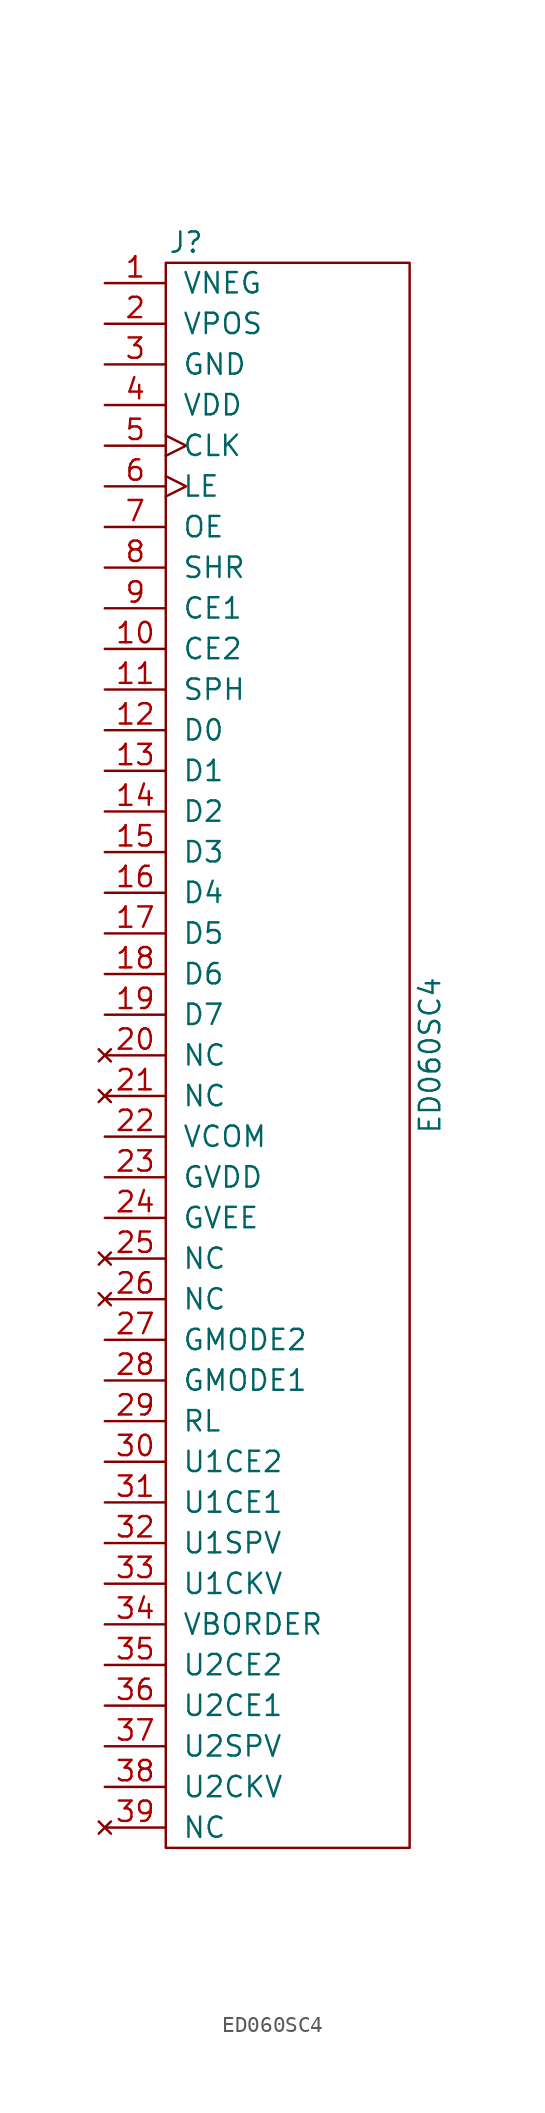
<source format=kicad_sym>
(kicad_symbol_lib
  (version 20220914)
  (generator kicad_symbol_editor)
  (symbol "ED060SC4"
    (pin_names
      (offset 1.016))
    (property "Reference" "J"
      (at 0 50.8 0)
      (effects (font (size 1.27 1.27))))
    (property "Value" "ED060SC4"
      (at 15.24 0 90)
      (effects (font (size 1.27 1.27))))
    (symbol "ED060SC4_0_1"
      (rectangle (start -1.27 -49.53) (end 13.97 49.53) (stroke (width 0) (type solid)) (fill (type none))))
    (symbol "ED060SC4_1_1"
      (pin power_in line (at -5.08 48.26 0) (length 3.81) (name "VNEG" (effects (font (size 1.27 1.27)))) (number "1" (effects (font (size 1.27 1.27)))))
      (pin passive line (at -5.08 25.4 0) (length 3.81) (name "CE2" (effects (font (size 1.27 1.27)))) (number "10" (effects (font (size 1.27 1.27)))))
      (pin input line (at -5.08 22.86 0) (length 3.81) (name "SPH" (effects (font (size 1.27 1.27)))) (number "11" (effects (font (size 1.27 1.27)))))
      (pin input line (at -5.08 20.32 0) (length 3.81) (name "D0" (effects (font (size 1.27 1.27)))) (number "12" (effects (font (size 1.27 1.27)))))
      (pin input line (at -5.08 17.78 0) (length 3.81) (name "D1" (effects (font (size 1.27 1.27)))) (number "13" (effects (font (size 1.27 1.27)))))
      (pin input line (at -5.08 15.24 0) (length 3.81) (name "D2" (effects (font (size 1.27 1.27)))) (number "14" (effects (font (size 1.27 1.27)))))
      (pin input line (at -5.08 12.7 0) (length 3.81) (name "D3" (effects (font (size 1.27 1.27)))) (number "15" (effects (font (size 1.27 1.27)))))
      (pin input line (at -5.08 10.16 0) (length 3.81) (name "D4" (effects (font (size 1.27 1.27)))) (number "16" (effects (font (size 1.27 1.27)))))
      (pin input line (at -5.08 7.62 0) (length 3.81) (name "D5" (effects (font (size 1.27 1.27)))) (number "17" (effects (font (size 1.27 1.27)))))
      (pin input line (at -5.08 5.08 0) (length 3.81) (name "D6" (effects (font (size 1.27 1.27)))) (number "18" (effects (font (size 1.27 1.27)))))
      (pin input line (at -5.08 2.54 0) (length 3.81) (name "D7" (effects (font (size 1.27 1.27)))) (number "19" (effects (font (size 1.27 1.27)))))
      (pin power_in line (at -5.08 45.72 0) (length 3.81) (name "VPOS" (effects (font (size 1.27 1.27)))) (number "2" (effects (font (size 1.27 1.27)))))
      (pin no_connect line (at -5.08 0 0) (length 3.81) (name "NC" (effects (font (size 1.27 1.27)))) (number "20" (effects (font (size 1.27 1.27)))))
      (pin no_connect line (at -5.08 -2.54 0) (length 3.81) (name "NC" (effects (font (size 1.27 1.27)))) (number "21" (effects (font (size 1.27 1.27)))))
      (pin power_in line (at -5.08 -5.08 0) (length 3.81) (name "VCOM" (effects (font (size 1.27 1.27)))) (number "22" (effects (font (size 1.27 1.27)))))
      (pin power_in line (at -5.08 -7.62 0) (length 3.81) (name "GVDD" (effects (font (size 1.27 1.27)))) (number "23" (effects (font (size 1.27 1.27)))))
      (pin power_in line (at -5.08 -10.16 0) (length 3.81) (name "GVEE" (effects (font (size 1.27 1.27)))) (number "24" (effects (font (size 1.27 1.27)))))
      (pin no_connect line (at -5.08 -12.7 0) (length 3.81) (name "NC" (effects (font (size 1.27 1.27)))) (number "25" (effects (font (size 1.27 1.27)))))
      (pin no_connect line (at -5.08 -15.24 0) (length 3.81) (name "NC" (effects (font (size 1.27 1.27)))) (number "26" (effects (font (size 1.27 1.27)))))
      (pin input line (at -5.08 -17.78 0) (length 3.81) (name "GMODE2" (effects (font (size 1.27 1.27)))) (number "27" (effects (font (size 1.27 1.27)))))
      (pin input line (at -5.08 -20.32 0) (length 3.81) (name "GMODE1" (effects (font (size 1.27 1.27)))) (number "28" (effects (font (size 1.27 1.27)))))
      (pin input line (at -5.08 -22.86 0) (length 3.81) (name "RL" (effects (font (size 1.27 1.27)))) (number "29" (effects (font (size 1.27 1.27)))))
      (pin power_in line (at -5.08 43.18 0) (length 3.81) (name "GND" (effects (font (size 1.27 1.27)))) (number "3" (effects (font (size 1.27 1.27)))))
      (pin input line (at -5.08 -25.4 0) (length 3.81) (name "U1CE2" (effects (font (size 1.27 1.27)))) (number "30" (effects (font (size 1.27 1.27)))))
      (pin input line (at -5.08 -27.94 0) (length 3.81) (name "U1CE1" (effects (font (size 1.27 1.27)))) (number "31" (effects (font (size 1.27 1.27)))))
      (pin input line (at -5.08 -30.48 0) (length 3.81) (name "U1SPV" (effects (font (size 1.27 1.27)))) (number "32" (effects (font (size 1.27 1.27)))))
      (pin input line (at -5.08 -33.02 0) (length 3.81) (name "U1CKV" (effects (font (size 1.27 1.27)))) (number "33" (effects (font (size 1.27 1.27)))))
      (pin power_in line (at -5.08 -35.56 0) (length 3.81) (name "VBORDER" (effects (font (size 1.27 1.27)))) (number "34" (effects (font (size 1.27 1.27)))))
      (pin input line (at -5.08 -38.1 0) (length 3.81) (name "U2CE2" (effects (font (size 1.27 1.27)))) (number "35" (effects (font (size 1.27 1.27)))))
      (pin input line (at -5.08 -40.64 0) (length 3.81) (name "U2CE1" (effects (font (size 1.27 1.27)))) (number "36" (effects (font (size 1.27 1.27)))))
      (pin input line (at -5.08 -43.18 0) (length 3.81) (name "U2SPV" (effects (font (size 1.27 1.27)))) (number "37" (effects (font (size 1.27 1.27)))))
      (pin input line (at -5.08 -45.72 0) (length 3.81) (name "U2CKV" (effects (font (size 1.27 1.27)))) (number "38" (effects (font (size 1.27 1.27)))))
      (pin no_connect line (at -5.08 -48.26 0) (length 3.81) (name "NC" (effects (font (size 1.27 1.27)))) (number "39" (effects (font (size 1.27 1.27)))))
      (pin power_in line (at -5.08 40.64 0) (length 3.81) (name "VDD" (effects (font (size 1.27 1.27)))) (number "4" (effects (font (size 1.27 1.27)))))
      (pin input clock (at -5.08 38.1 0) (length 3.81) (name "CLK" (effects (font (size 1.27 1.27)))) (number "5" (effects (font (size 1.27 1.27)))))
      (pin input clock (at -5.08 35.56 0) (length 3.81) (name "LE" (effects (font (size 1.27 1.27)))) (number "6" (effects (font (size 1.27 1.27)))))
      (pin input line (at -5.08 33.02 0) (length 3.81) (name "OE" (effects (font (size 1.27 1.27)))) (number "7" (effects (font (size 1.27 1.27)))))
      (pin input line (at -5.08 30.48 0) (length 3.81) (name "SHR" (effects (font (size 1.27 1.27)))) (number "8" (effects (font (size 1.27 1.27)))))
      (pin passive line (at -5.08 27.94 0) (length 3.81) (name "CE1" (effects (font (size 1.27 1.27)))) (number "9" (effects (font (size 1.27 1.27))))))))
</source>
